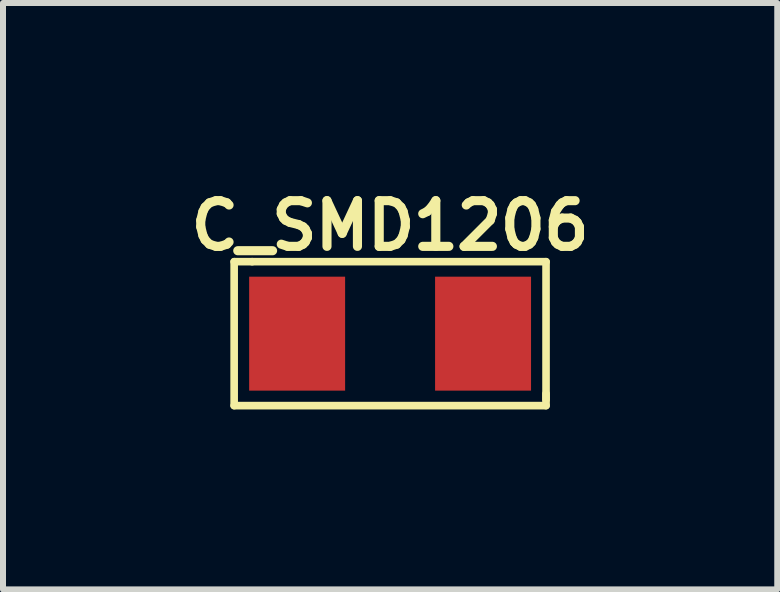
<source format=kicad_pcb>
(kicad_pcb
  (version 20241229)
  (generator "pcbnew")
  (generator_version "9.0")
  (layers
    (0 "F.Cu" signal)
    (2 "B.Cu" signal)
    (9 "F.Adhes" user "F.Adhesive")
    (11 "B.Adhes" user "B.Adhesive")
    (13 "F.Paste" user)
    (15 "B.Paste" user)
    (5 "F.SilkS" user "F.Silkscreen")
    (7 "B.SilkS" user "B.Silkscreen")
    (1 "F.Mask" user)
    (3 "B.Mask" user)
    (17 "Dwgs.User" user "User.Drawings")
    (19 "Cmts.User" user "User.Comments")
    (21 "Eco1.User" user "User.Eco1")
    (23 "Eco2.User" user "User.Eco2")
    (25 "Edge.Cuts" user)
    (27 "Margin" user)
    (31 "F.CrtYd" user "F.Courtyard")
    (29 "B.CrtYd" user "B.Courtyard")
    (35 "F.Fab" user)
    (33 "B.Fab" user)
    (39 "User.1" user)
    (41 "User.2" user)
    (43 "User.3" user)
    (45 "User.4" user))
  (footprint "C_SMD1206"
    (layer "F.Cu")
    (at 3.454 2.513)
    (property "Reference" "C_SMD1206" (at 0 -1.8 0) (layer "F.SilkS") (effects (font (size 0.762 0.762) (thickness 0.152))))
    (attr through_hole)
    (fp_line (start -2.6 -1.2) (end -2.3 -1.2) (stroke (width 0.127) (type solid)) (layer "F.SilkS"))
    (fp_line (start -2.6 1.2) (end -2.6 -1.2) (stroke (width 0.127) (type solid)) (layer "F.SilkS"))
    (fp_line (start -2.3 -1.2) (end 2.6 -1.2) (stroke (width 0.127) (type solid)) (layer "F.SilkS"))
    (fp_line (start 2.6 -1.2) (end 2.6 1.1) (stroke (width 0.127) (type solid)) (layer "F.SilkS"))
    (fp_line (start 2.6 1.2) (end -2.6 1.2) (stroke (width 0.127) (type solid)) (layer "F.SilkS"))
    (fp_line (start 2.6 1.2) (end 2.6 1) (stroke (width 0.127) (type solid)) (layer "F.SilkS"))
    (pad "1" smd rect (at -1.55 0) (size 1.6 1.9) (layers "F.Cu" "F.Mask" "F.Paste"))
    (pad "2" smd rect (at 1.55 0) (size 1.6 1.9) (layers "F.Cu" "F.Mask" "F.Paste")))
  (gr_rect
    (start -3 -3)
    (end 9.909 6.777)
    (stroke (width 0.1) (type default))
    (fill no)
    (layer "Edge.Cuts")))
</source>
